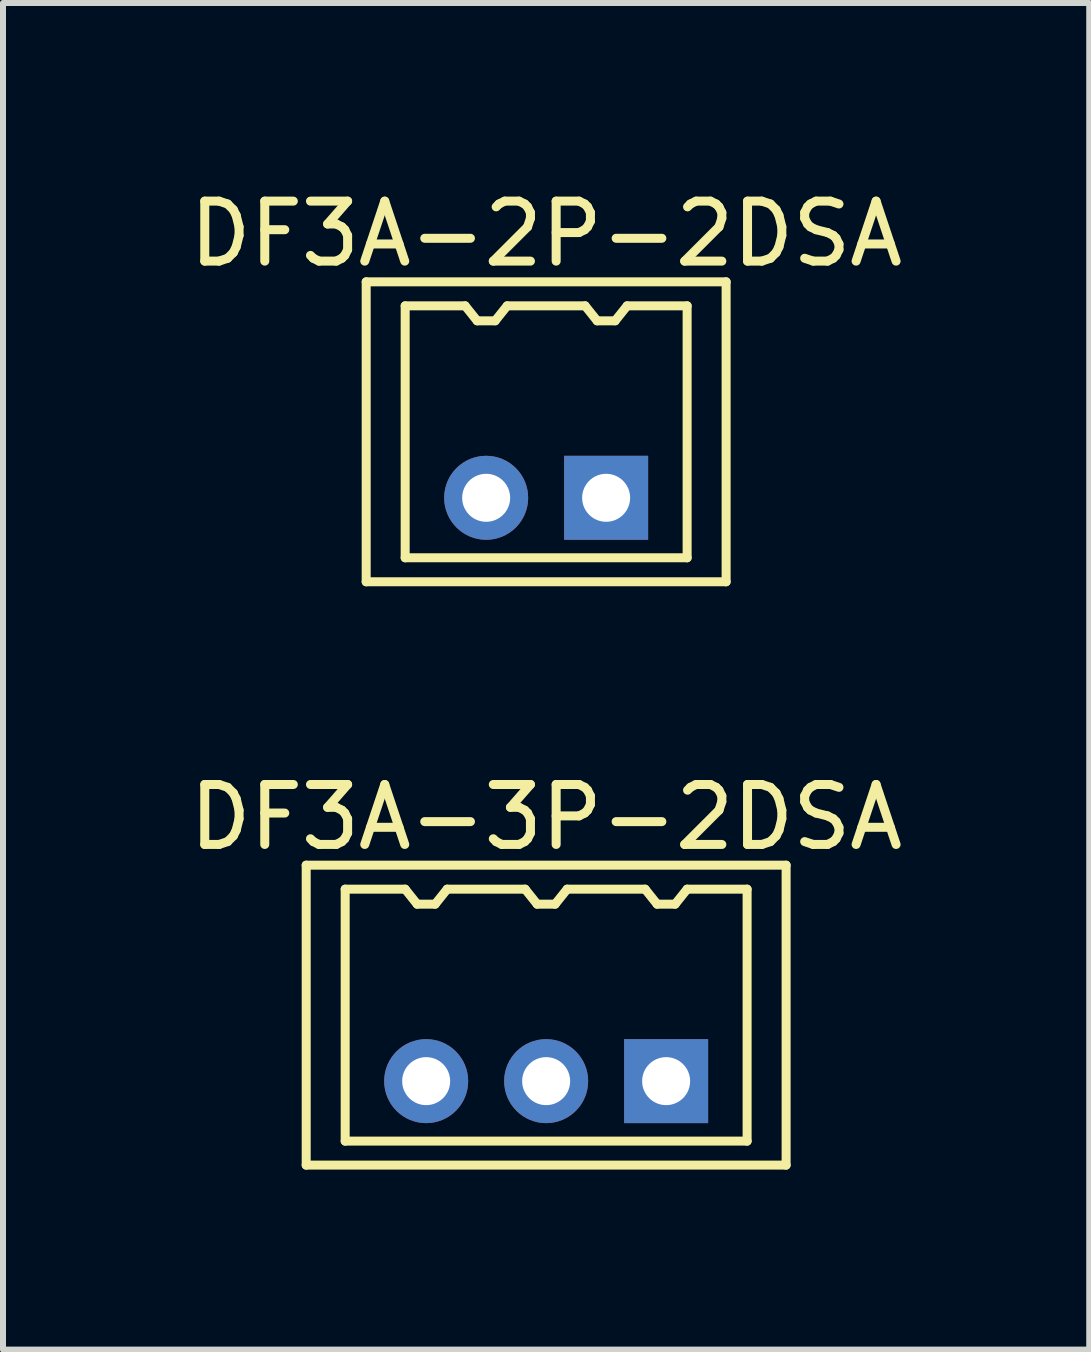
<source format=kicad_pcb>
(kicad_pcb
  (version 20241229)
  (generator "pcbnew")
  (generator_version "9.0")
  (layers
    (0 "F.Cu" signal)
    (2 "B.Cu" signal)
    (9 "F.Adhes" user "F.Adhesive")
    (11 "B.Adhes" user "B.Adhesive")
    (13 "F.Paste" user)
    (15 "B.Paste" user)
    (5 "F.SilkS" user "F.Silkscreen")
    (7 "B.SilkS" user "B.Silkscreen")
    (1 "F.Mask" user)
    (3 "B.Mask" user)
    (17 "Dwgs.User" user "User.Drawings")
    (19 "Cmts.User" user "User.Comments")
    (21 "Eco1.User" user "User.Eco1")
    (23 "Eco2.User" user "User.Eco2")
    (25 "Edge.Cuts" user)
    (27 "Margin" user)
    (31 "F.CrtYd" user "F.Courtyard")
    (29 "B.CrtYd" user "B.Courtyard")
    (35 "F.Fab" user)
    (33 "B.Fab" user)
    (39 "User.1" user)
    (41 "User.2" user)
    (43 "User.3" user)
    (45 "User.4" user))
  (footprint "DF3A-2P-2DSA"
    (layer "F.Cu")
    (at 6.054 5.248)
    (property "Reference" "DF3A-2P-2DSA" (at 0 -4.4 0) (layer "F.SilkS") (effects (font (size 1 1) (thickness 0.15))))
    (attr through_hole)
    (fp_line (start -3 -3.6) (end 3 -3.6) (stroke (width 0.15) (type solid)) (layer "F.SilkS"))
    (fp_line (start -3 1.4) (end -3 -3.6) (stroke (width 0.15) (type solid)) (layer "F.SilkS"))
    (fp_line (start -3 1.4) (end 3 1.4) (stroke (width 0.15) (type solid)) (layer "F.SilkS"))
    (fp_line (start -2.35 -3.2) (end -2.35 1) (stroke (width 0.15) (type solid)) (layer "F.SilkS"))
    (fp_line (start -2.35 1) (end 2.35 1) (stroke (width 0.15) (type solid)) (layer "F.SilkS"))
    (fp_line (start -1.35 -3.2) (end -2.35 -3.2) (stroke (width 0.15) (type solid)) (layer "F.SilkS"))
    (fp_line (start -1.35 -3.2) (end -1.15 -2.95) (stroke (width 0.15) (type solid)) (layer "F.SilkS"))
    (fp_line (start -1.15 -2.95) (end -0.85 -2.95) (stroke (width 0.15) (type solid)) (layer "F.SilkS"))
    (fp_line (start -0.85 -2.95) (end -0.65 -3.2) (stroke (width 0.15) (type solid)) (layer "F.SilkS"))
    (fp_line (start 0.65 -3.2) (end -0.65 -3.2) (stroke (width 0.15) (type solid)) (layer "F.SilkS"))
    (fp_line (start 0.65 -3.2) (end 0.85 -2.95) (stroke (width 0.15) (type solid)) (layer "F.SilkS"))
    (fp_line (start 0.85 -2.95) (end 1.15 -2.95) (stroke (width 0.15) (type solid)) (layer "F.SilkS"))
    (fp_line (start 1.15 -2.95) (end 1.35 -3.2) (stroke (width 0.15) (type solid)) (layer "F.SilkS"))
    (fp_line (start 2.35 -3.2) (end 1.35 -3.2) (stroke (width 0.15) (type solid)) (layer "F.SilkS"))
    (fp_line (start 2.35 1) (end 2.35 -3.2) (stroke (width 0.15) (type solid)) (layer "F.SilkS"))
    (fp_line (start 3 1.4) (end 3 -3.6) (stroke (width 0.15) (type solid)) (layer "F.SilkS"))
    (pad "1" thru_hole rect (at 1 0) (size 1.4 1.4) (drill 0.8) (layers "*.Cu" "*.Mask"))
    (pad "2" thru_hole circle (at -1 0) (size 1.4 1.4) (drill 0.8) (layers "*.Cu" "*.Mask")))
  (footprint "DF3A-3P-2DSA"
    (layer "F.Cu")
    (at 6.054 14.972)
    (property "Reference" "DF3A-3P-2DSA" (at 0 -4.4 0) (layer "F.SilkS") (effects (font (size 1 1) (thickness 0.15))))
    (attr through_hole)
    (fp_line (start -4 -3.6) (end 4 -3.6) (stroke (width 0.15) (type solid)) (layer "F.SilkS"))
    (fp_line (start -4 1.4) (end -4 -3.6) (stroke (width 0.15) (type solid)) (layer "F.SilkS"))
    (fp_line (start -4 1.4) (end 4 1.4) (stroke (width 0.15) (type solid)) (layer "F.SilkS"))
    (fp_line (start -3.35 -3.2) (end -3.35 1) (stroke (width 0.15) (type solid)) (layer "F.SilkS"))
    (fp_line (start -3.35 1) (end 3.35 1) (stroke (width 0.15) (type solid)) (layer "F.SilkS"))
    (fp_line (start -2.35 -3.2) (end -3.35 -3.2) (stroke (width 0.15) (type solid)) (layer "F.SilkS"))
    (fp_line (start -2.35 -3.2) (end -2.15 -2.95) (stroke (width 0.15) (type solid)) (layer "F.SilkS"))
    (fp_line (start -2.15 -2.95) (end -1.85 -2.95) (stroke (width 0.15) (type solid)) (layer "F.SilkS"))
    (fp_line (start -1.85 -2.95) (end -1.65 -3.2) (stroke (width 0.15) (type solid)) (layer "F.SilkS"))
    (fp_line (start -0.35 -3.2) (end -1.65 -3.2) (stroke (width 0.15) (type solid)) (layer "F.SilkS"))
    (fp_line (start -0.35 -3.2) (end -0.15 -2.95) (stroke (width 0.15) (type solid)) (layer "F.SilkS"))
    (fp_line (start -0.15 -2.95) (end 0.15 -2.95) (stroke (width 0.15) (type solid)) (layer "F.SilkS"))
    (fp_line (start 0.15 -2.95) (end 0.35 -3.2) (stroke (width 0.15) (type solid)) (layer "F.SilkS"))
    (fp_line (start 1.65 -3.2) (end 0.35 -3.2) (stroke (width 0.15) (type solid)) (layer "F.SilkS"))
    (fp_line (start 1.65 -3.2) (end 1.85 -2.95) (stroke (width 0.15) (type solid)) (layer "F.SilkS"))
    (fp_line (start 1.85 -2.95) (end 2.15 -2.95) (stroke (width 0.15) (type solid)) (layer "F.SilkS"))
    (fp_line (start 2.15 -2.95) (end 2.35 -3.2) (stroke (width 0.15) (type solid)) (layer "F.SilkS"))
    (fp_line (start 3.35 -3.2) (end 2.35 -3.2) (stroke (width 0.15) (type solid)) (layer "F.SilkS"))
    (fp_line (start 3.35 1) (end 3.35 -3.2) (stroke (width 0.15) (type solid)) (layer "F.SilkS"))
    (fp_line (start 4 1.4) (end 4 -3.6) (stroke (width 0.15) (type solid)) (layer "F.SilkS"))
    (pad "1" thru_hole rect (at 2 0) (size 1.4 1.4) (drill 0.8) (layers "*.Cu" "*.Mask"))
    (pad "2" thru_hole circle (at 0 0) (size 1.4 1.4) (drill 0.8) (layers "*.Cu" "*.Mask"))
    (pad "3" thru_hole circle (at -2 0) (size 1.4 1.4) (drill 0.8) (layers "*.Cu" "*.Mask")))
  (gr_rect
    (start -3 -3)
    (end 15.107 19.447)
    (stroke (width 0.1) (type default))
    (fill no)
    (layer "Edge.Cuts")))
</source>
